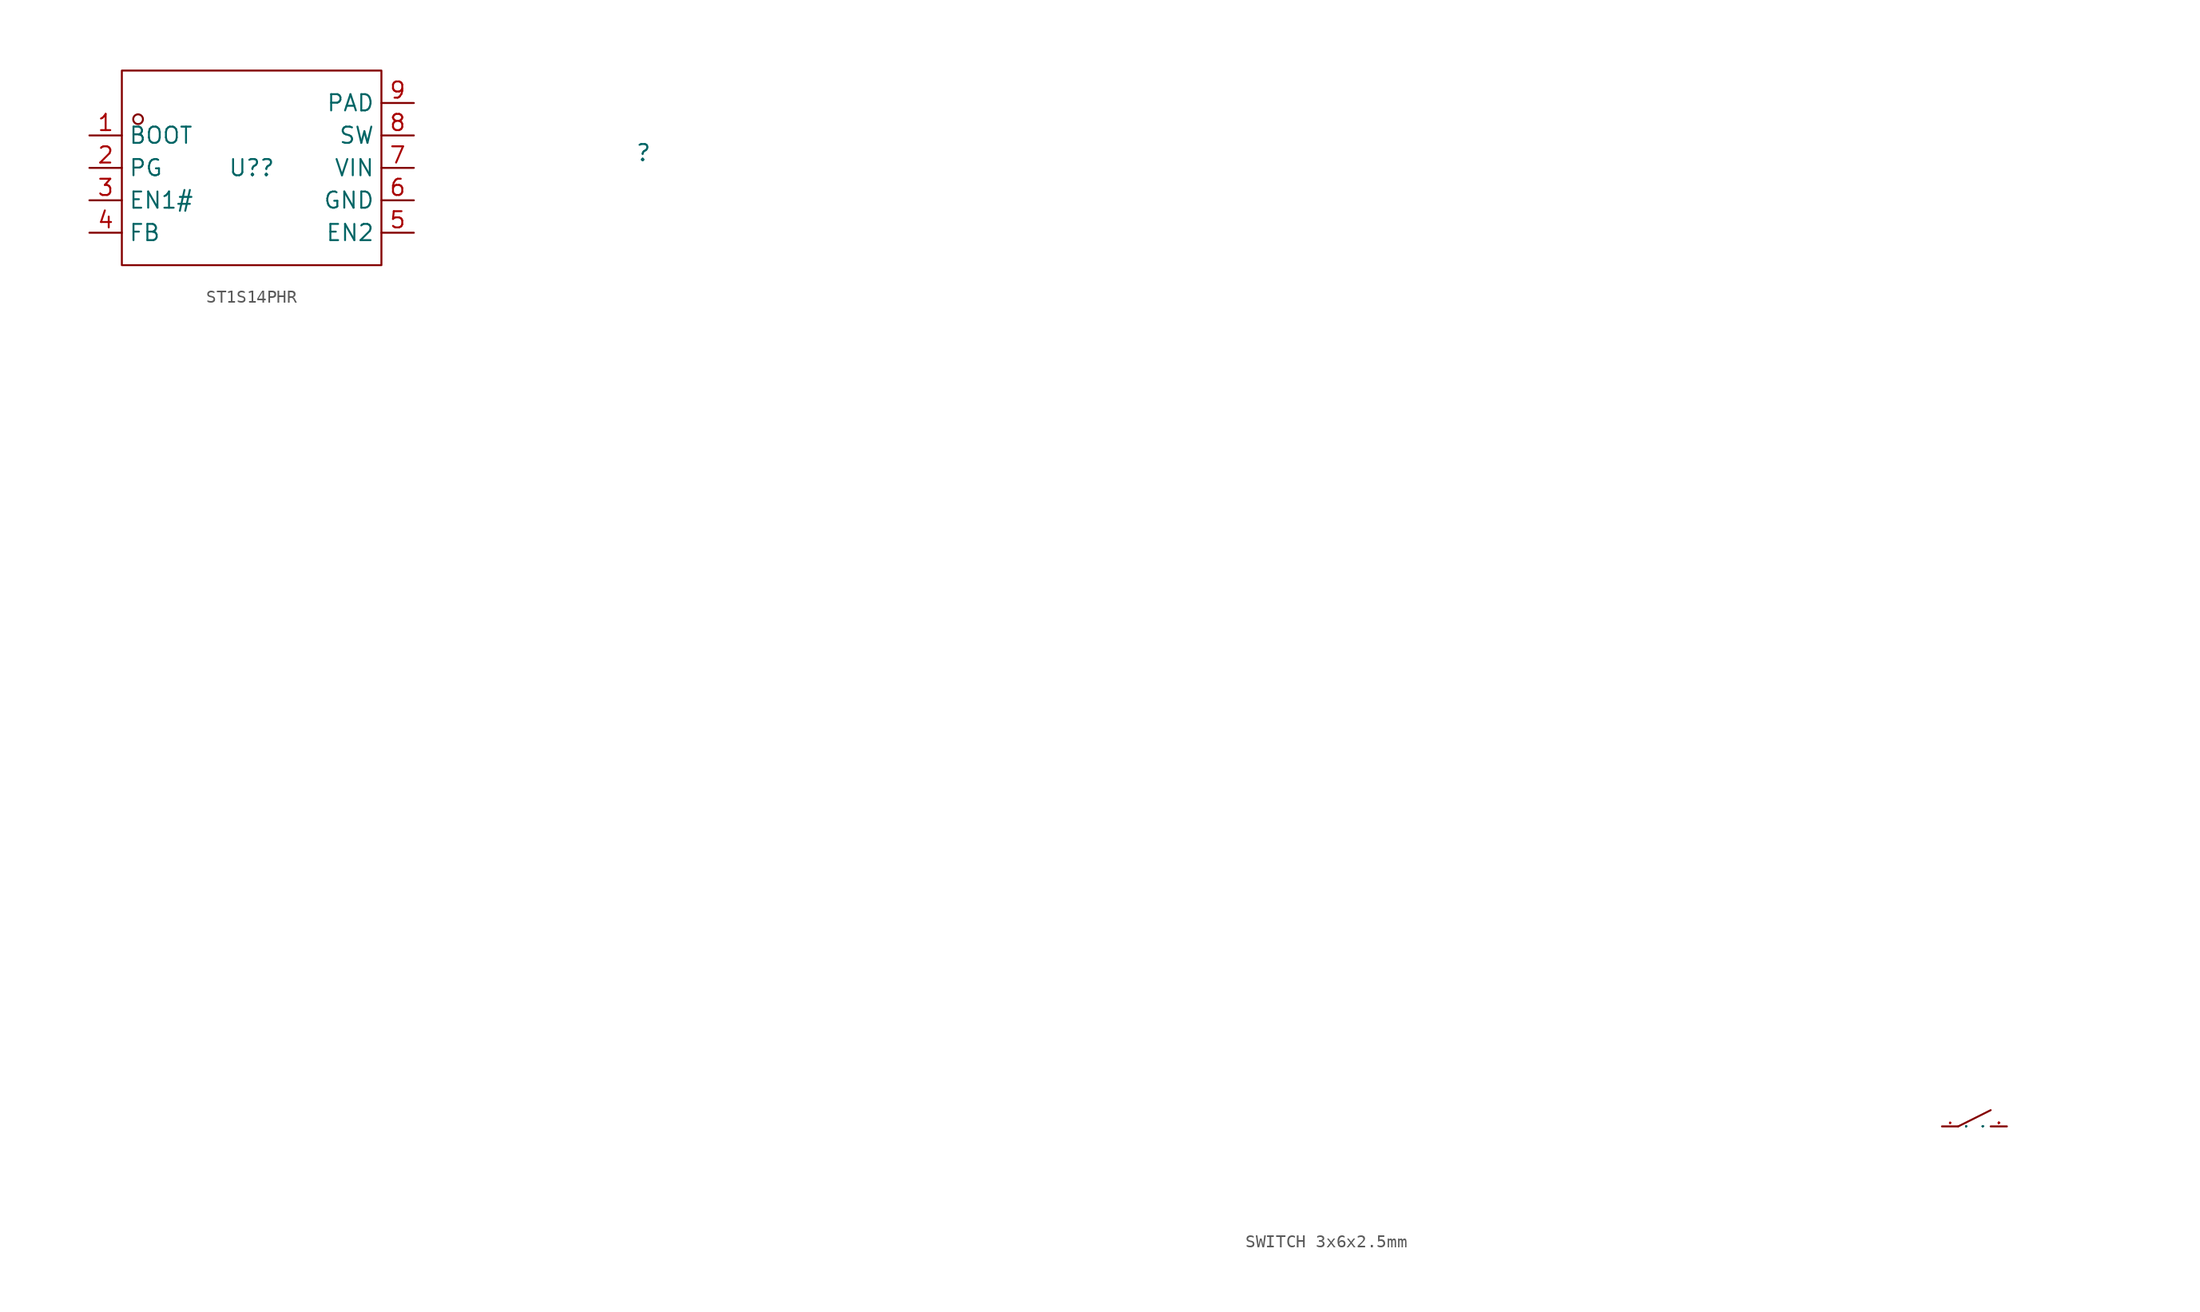
<source format=kicad_sym>
(kicad_symbol_lib
  (version 20231120)
  (generator "kicad_symbol_editor")
  (generator_version "8.0")
  (symbol "ST1S14PHR"
    (property "Reference" "U?"
      (at 0 0 0)
      (effects (font (size 1.27 1.27))))
    (property "Value" ""
      (at 0 0 0)
      (effects (font (size 1.27 1.27))))
    (symbol "ST1S14PHR_1_0"
      (rectangle (start -10.16 -7.62) (end 10.16 7.62) (stroke (width 0) (type default)) (fill (type none)))
      (circle (center -8.89 3.81) (radius 0.381) (stroke (width 0) (type default)) (fill (type none)))
      (pin input line (at -12.7 2.54 0) (length 2.54) (name "BOOT" (effects (font (size 1.27 1.27)))) (number "1" (effects (font (size 1.27 1.27)))))
      (pin input line (at -12.7 0 0) (length 2.54) (name "PG" (effects (font (size 1.27 1.27)))) (number "2" (effects (font (size 1.27 1.27)))))
      (pin input line (at -12.7 -2.54 0) (length 2.54) (name "EN1#" (effects (font (size 1.27 1.27)))) (number "3" (effects (font (size 1.27 1.27)))))
      (pin input line (at -12.7 -5.08 0) (length 2.54) (name "FB" (effects (font (size 1.27 1.27)))) (number "4" (effects (font (size 1.27 1.27)))))
      (pin input line (at 12.7 -5.08 180) (length 2.54) (name "EN2" (effects (font (size 1.27 1.27)))) (number "5" (effects (font (size 1.27 1.27)))))
      (pin input line (at 12.7 -2.54 180) (length 2.54) (name "GND" (effects (font (size 1.27 1.27)))) (number "6" (effects (font (size 1.27 1.27)))))
      (pin input line (at 12.7 0 180) (length 2.54) (name "VIN" (effects (font (size 1.27 1.27)))) (number "7" (effects (font (size 1.27 1.27)))))
      (pin input line (at 12.7 2.54 180) (length 2.54) (name "SW" (effects (font (size 1.27 1.27)))) (number "8" (effects (font (size 1.27 1.27)))))
      (pin input line (at 12.7 5.08 180) (length 2.54) (name "PAD" (effects (font (size 1.27 1.27)))) (number "9" (effects (font (size 1.27 1.27)))))))
  (symbol "SWITCH 3x6x2.5mm"
    (property "Reference" ""
      (at 0 0 0)
      (effects (font (size 1.27 1.27))))
    (property "Value" ""
      (at 0 0 0)
      (effects (font (size 1.27 1.27))))
    (symbol "SWITCH 3x6x2.5mm_1_0"
      (polyline (pts (xy 102.87 -76.2) (xy 105.41 -74.93)) (stroke (width 0) (type default)) (fill (type none)))
      (pin input line (at 101.6 -76.2 0) (length 1.27) (name "1" (effects (font (size 0.025 0.025)))) (number "1" (effects (font (size 0.025 0.025)))))
      (pin input line (at 106.68 -76.2 180) (length 1.27) (name "2" (effects (font (size 0.025 0.025)))) (number "2" (effects (font (size 0.025 0.025))))))))
</source>
